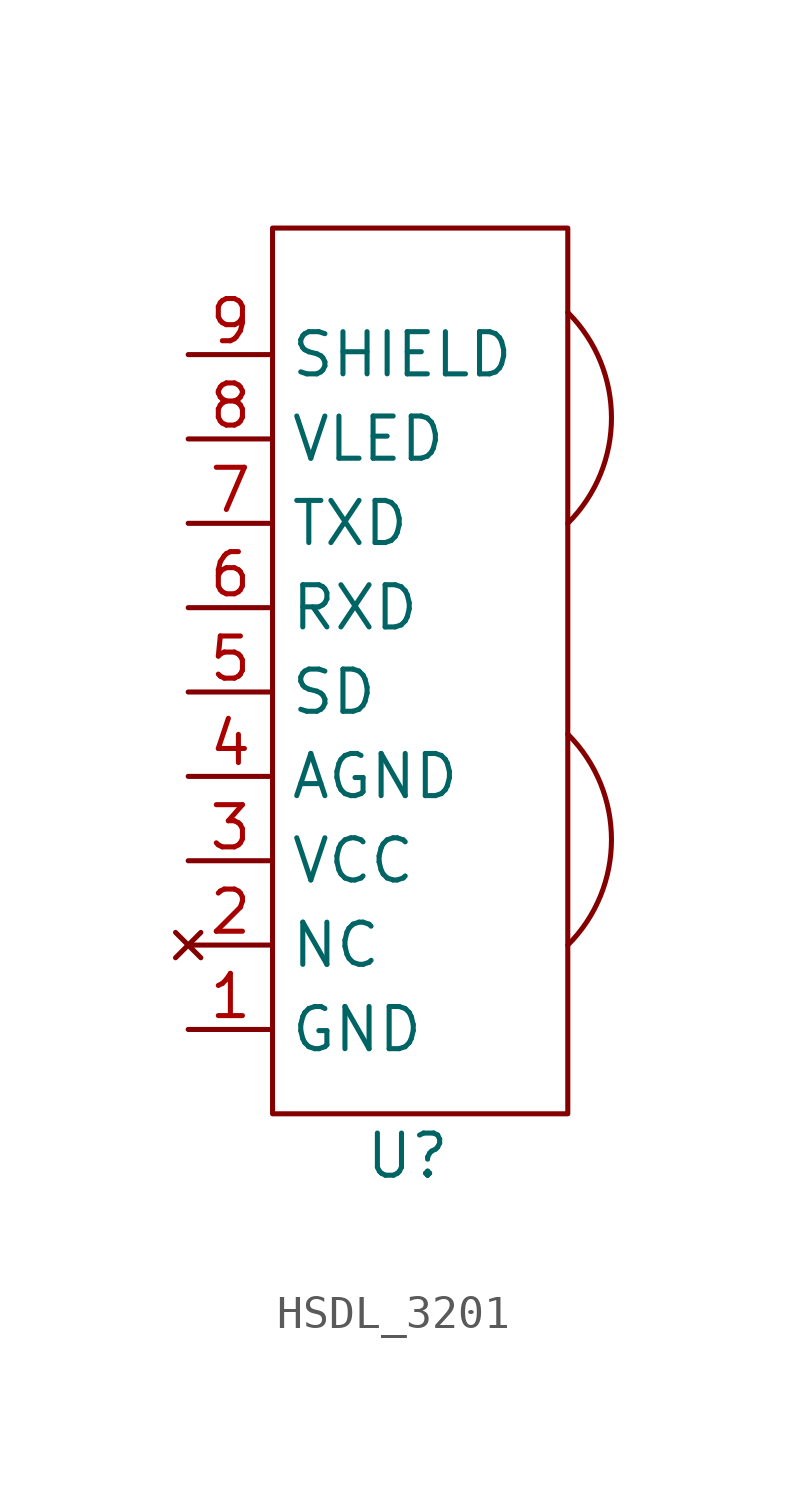
<source format=kicad_sym>
(kicad_symbol_lib
  (version 20231120)
  (generator "kicad_symbol_editor")
  (generator_version "8.0")
  (symbol "HSDL_3201"
    (property "Reference" "U"
      (at -1.016 -13.97 0)
      (effects (font (size 1.27 1.27))))
    (property "Value" ""
      (at -1.27 -8.89 0)
      (effects (font (size 1.27 1.27))))
    (symbol "HSDL_3201_0_1"
      (polyline (pts (xy -5.08 -12.7) (xy -5.08 13.97) (xy 3.81 13.97) (xy 3.81 -12.7) (xy -5.08 -12.7)) (stroke (width 0) (type default)) (fill (type none)))
      (arc (start 3.81 -7.62) (mid 5.1251 -4.445) (end 3.81 -1.27) (stroke (width 0) (type default)) (fill (type none)))
      (arc (start 3.81 5.08) (mid 5.1251 8.255) (end 3.81 11.43) (stroke (width 0) (type default)) (fill (type none))))
    (symbol "HSDL_3201_1_1"
      (pin power_in line (at -7.62 -10.16 0) (length 2.54) (name "GND" (effects (font (size 1.27 1.27)))) (number "1" (effects (font (size 1.27 1.27)))))
      (pin no_connect line (at -7.62 -7.62 0) (length 2.54) (name "NC" (effects (font (size 1.27 1.27)))) (number "2" (effects (font (size 1.27 1.27)))))
      (pin power_in line (at -7.62 -5.08 0) (length 2.54) (name "VCC" (effects (font (size 1.27 1.27)))) (number "3" (effects (font (size 1.27 1.27)))))
      (pin power_in line (at -7.62 -2.54 0) (length 2.54) (name "AGND" (effects (font (size 1.27 1.27)))) (number "4" (effects (font (size 1.27 1.27)))))
      (pin input line (at -7.62 0 0) (length 2.54) (name "SD" (effects (font (size 1.27 1.27)))) (number "5" (effects (font (size 1.27 1.27)))))
      (pin output line (at -7.62 2.54 0) (length 2.54) (name "RXD" (effects (font (size 1.27 1.27)))) (number "6" (effects (font (size 1.27 1.27)))))
      (pin input line (at -7.62 5.08 0) (length 2.54) (name "TXD" (effects (font (size 1.27 1.27)))) (number "7" (effects (font (size 1.27 1.27)))))
      (pin power_in line (at -7.62 7.62 0) (length 2.54) (name "VLED" (effects (font (size 1.27 1.27)))) (number "8" (effects (font (size 1.27 1.27)))))
      (pin power_in line (at -7.62 10.16 0) (length 2.54) (name "SHIELD" (effects (font (size 1.27 1.27)))) (number "9" (effects (font (size 1.27 1.27))))))))
</source>
